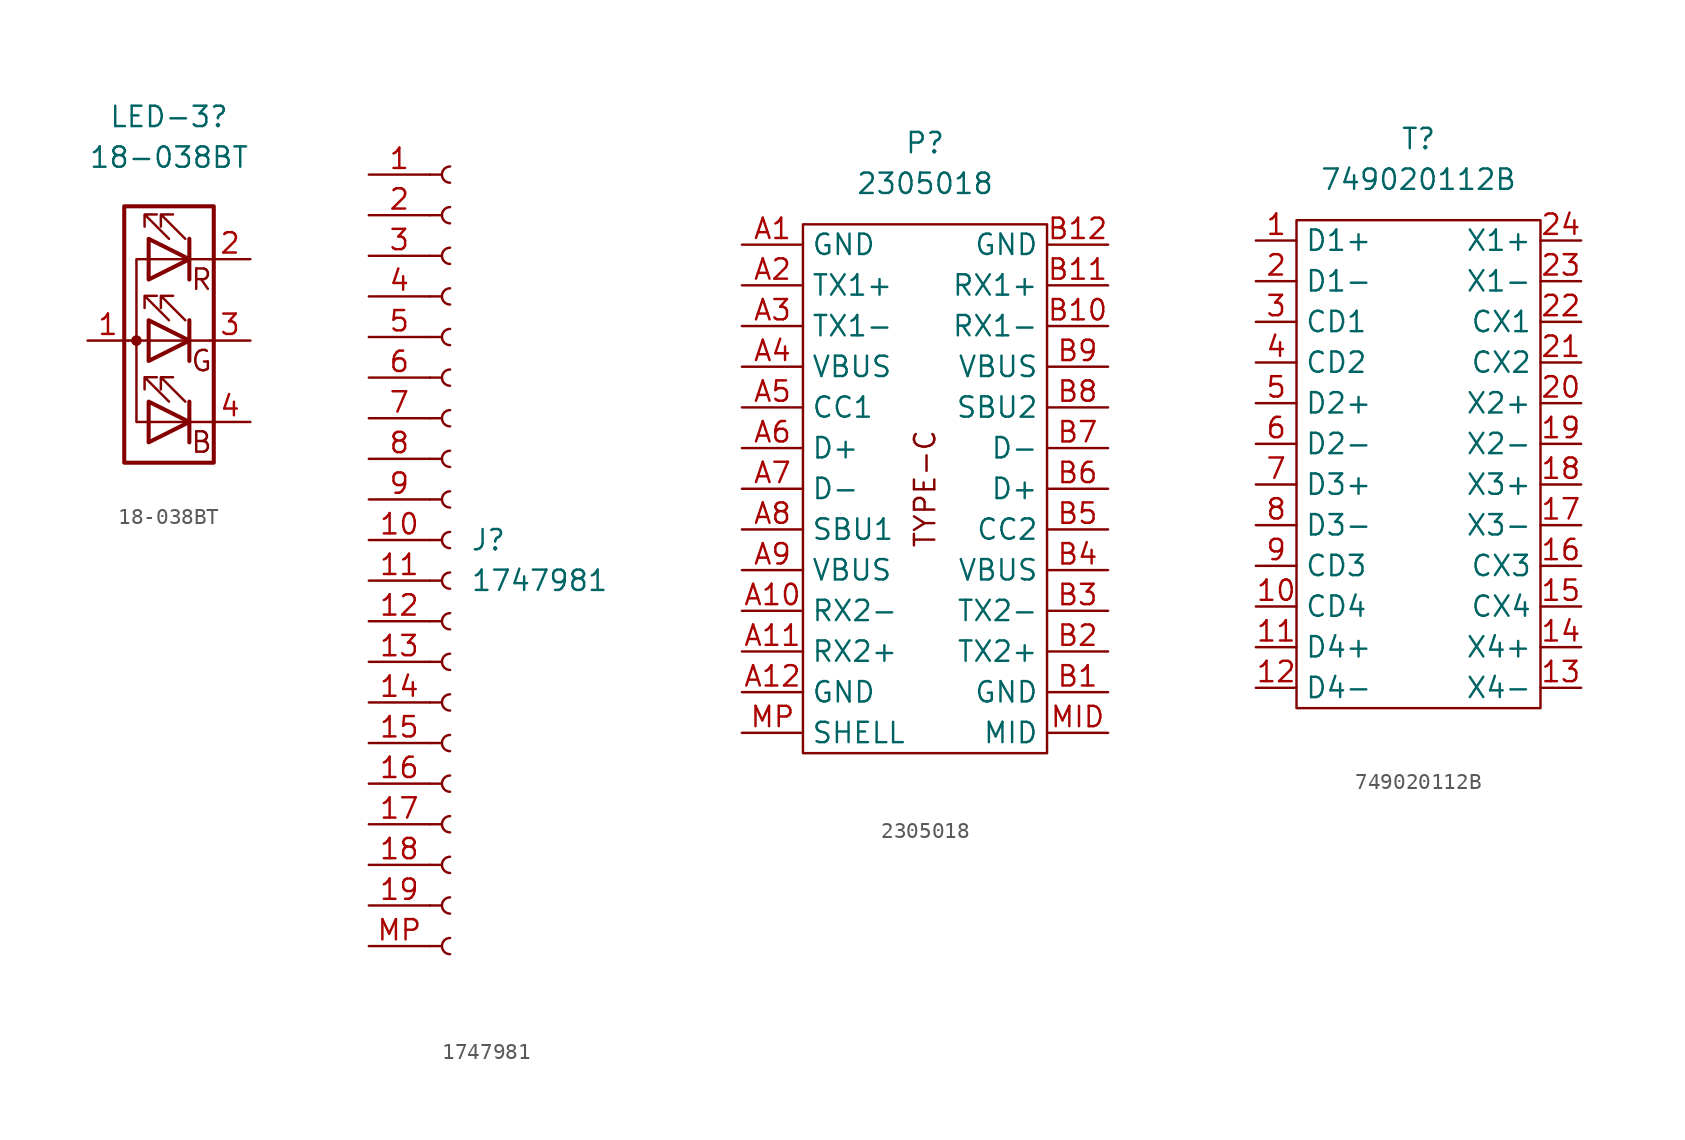
<source format=kicad_sym>
(kicad_symbol_lib
  (version 20241209)
  (generator "kicad_symbol_editor")
  (generator_version "9.0")
  (symbol "18-038BT"
    (pin_names
      (offset 0)
      (hide yes))
    (property "Reference" "LED-3"
      (at 0 6.35 0)
      (effects (font (size 1.27 1.27))))
    (property "Value" "18-038BT"
      (at 0 3.81 0)
      (effects (font (size 1.27 1.27))))
    (symbol "18-038BT_0_0"
      (text "R" (at 2.032 -3.81 0) (effects (font (size 1.27 1.27))))
      (text "G" (at 2.032 -8.89 0) (effects (font (size 1.27 1.27))))
      (text "B" (at 2.032 -13.97 0) (effects (font (size 1.27 1.27)))))
    (symbol "18-038BT_0_1"
      (circle (center -2.032 -7.62) (radius 0.254) (stroke (width 0) (type default)) (fill (type outline)))
      (rectangle (start -1.27 -1.27) (end -1.27 -1.27) (stroke (width 0) (type default)) (fill (type none)))
      (polyline (pts (xy -1.27 -1.27) (xy -1.27 -3.81) (xy 1.27 -2.54) (xy -1.27 -1.27)) (stroke (width 0.254) (type default)) (fill (type none)))
      (rectangle (start -1.27 -3.81) (end -1.27 -1.27) (stroke (width 0) (type default)) (fill (type none)))
      (rectangle (start -1.27 -6.35) (end -1.27 -6.35) (stroke (width 0) (type default)) (fill (type none)))
      (polyline (pts (xy -1.27 -6.35) (xy -1.27 -8.89) (xy 1.27 -7.62) (xy -1.27 -6.35)) (stroke (width 0.254) (type default)) (fill (type none)))
      (polyline (pts (xy -1.27 -7.62) (xy -2.54 -7.62)) (stroke (width 0) (type default)) (fill (type none)))
      (polyline (pts (xy -1.27 -7.62) (xy 1.27 -7.62)) (stroke (width 0) (type default)) (fill (type none)))
      (rectangle (start -1.27 -8.89) (end -1.27 -6.35) (stroke (width 0) (type default)) (fill (type none)))
      (polyline (pts (xy -1.27 -11.43) (xy -1.27 -13.97) (xy 1.27 -12.7) (xy -1.27 -11.43)) (stroke (width 0.254) (type default)) (fill (type none)))
      (polyline (pts (xy -1.27 -12.7) (xy -2.032 -12.7) (xy -2.032 -2.54) (xy -1.27 -2.54)) (stroke (width 0) (type default)) (fill (type none)))
      (polyline (pts (xy 0 -1.27) (xy -1.524 0.254) (xy -0.762 0.254) (xy -1.524 0.254) (xy -1.524 -0.508)) (stroke (width 0) (type default)) (fill (type none)))
      (polyline (pts (xy 0 -6.35) (xy -1.524 -4.826) (xy -0.762 -4.826) (xy -1.524 -4.826) (xy -1.524 -5.588)) (stroke (width 0) (type default)) (fill (type none)))
      (polyline (pts (xy 0 -11.43) (xy -1.524 -9.906) (xy -0.762 -9.906) (xy -1.524 -9.906) (xy -1.524 -10.668)) (stroke (width 0) (type default)) (fill (type none)))
      (polyline (pts (xy 1.016 -1.27) (xy -0.508 0.254) (xy 0.254 0.254) (xy -0.508 0.254) (xy -0.508 -0.508)) (stroke (width 0) (type default)) (fill (type none)))
      (polyline (pts (xy 1.016 -6.35) (xy -0.508 -4.826) (xy 0.254 -4.826) (xy -0.508 -4.826) (xy -0.508 -5.588)) (stroke (width 0) (type default)) (fill (type none)))
      (polyline (pts (xy 1.016 -11.43) (xy -0.508 -9.906) (xy 0.254 -9.906) (xy -0.508 -9.906) (xy -0.508 -10.668)) (stroke (width 0) (type default)) (fill (type none)))
      (polyline (pts (xy 1.27 -1.27) (xy 1.27 -3.81)) (stroke (width 0.254) (type default)) (fill (type none)))
      (polyline (pts (xy 1.27 -1.27) (xy 1.27 -3.81) (xy 1.27 -3.81)) (stroke (width 0) (type default)) (fill (type none)))
      (polyline (pts (xy 1.27 -2.54) (xy -1.27 -2.54)) (stroke (width 0) (type default)) (fill (type none)))
      (polyline (pts (xy 1.27 -2.54) (xy 2.54 -2.54)) (stroke (width 0) (type default)) (fill (type none)))
      (polyline (pts (xy 1.27 -6.35) (xy 1.27 -8.89)) (stroke (width 0.254) (type default)) (fill (type none)))
      (polyline (pts (xy 1.27 -6.35) (xy 1.27 -8.89) (xy 1.27 -8.89)) (stroke (width 0) (type default)) (fill (type none)))
      (polyline (pts (xy 1.27 -7.62) (xy 2.54 -7.62)) (stroke (width 0) (type default)) (fill (type none)))
      (polyline (pts (xy 1.27 -11.43) (xy 1.27 -13.97)) (stroke (width 0.254) (type default)) (fill (type none)))
      (polyline (pts (xy 1.27 -12.7) (xy -1.27 -12.7)) (stroke (width 0) (type default)) (fill (type none)))
      (polyline (pts (xy 1.27 -12.7) (xy 2.54 -12.7)) (stroke (width 0) (type default)) (fill (type none))))
    (symbol "18-038BT_1_1"
      (rectangle (start 2.794 0.762) (end -2.794 -15.24) (stroke (width 0.254) (type default)) (fill (type none)))
      (pin passive line (at -5.08 -7.62 0) (length 2.54) (name "A" (effects (font (size 1.27 1.27)))) (number "1" (effects (font (size 1.27 1.27)))))
      (pin passive line (at 5.08 -2.54 180) (length 2.54) (name "RK" (effects (font (size 1.27 1.27)))) (number "2" (effects (font (size 1.27 1.27)))))
      (pin passive line (at 5.08 -7.62 180) (length 2.54) (name "GK" (effects (font (size 1.27 1.27)))) (number "3" (effects (font (size 1.27 1.27)))))
      (pin passive line (at 5.08 -12.7 180) (length 2.54) (name "BK" (effects (font (size 1.27 1.27)))) (number "4" (effects (font (size 1.27 1.27)))))))
  (symbol "1747981"
    (pin_names
      (offset 1.016)
      (hide yes))
    (property "Reference" "J"
      (at 1.27 0.0001 0)
      (effects (font (size 1.27 1.27)) (justify left)))
    (property "Value" "1747981"
      (at 1.27 -2.54 0)
      (effects (font (size 1.27 1.27)) (justify left)))
    (symbol "1747981_1_1"
      (polyline (pts (xy -1.27 22.86) (xy -0.508 22.86)) (stroke (width 0.152) (type default)) (fill (type none)))
      (polyline (pts (xy -1.27 20.32) (xy -0.508 20.32)) (stroke (width 0.152) (type default)) (fill (type none)))
      (polyline (pts (xy -1.27 17.78) (xy -0.508 17.78)) (stroke (width 0.152) (type default)) (fill (type none)))
      (polyline (pts (xy -1.27 15.24) (xy -0.508 15.24)) (stroke (width 0.152) (type default)) (fill (type none)))
      (polyline (pts (xy -1.27 12.7) (xy -0.508 12.7)) (stroke (width 0.152) (type default)) (fill (type none)))
      (polyline (pts (xy -1.27 10.16) (xy -0.508 10.16)) (stroke (width 0.152) (type default)) (fill (type none)))
      (polyline (pts (xy -1.27 7.62) (xy -0.508 7.62)) (stroke (width 0.152) (type default)) (fill (type none)))
      (polyline (pts (xy -1.27 5.08) (xy -0.508 5.08)) (stroke (width 0.152) (type default)) (fill (type none)))
      (polyline (pts (xy -1.27 2.54) (xy -0.508 2.54)) (stroke (width 0.152) (type default)) (fill (type none)))
      (polyline (pts (xy -1.27 0) (xy -0.508 0)) (stroke (width 0.152) (type default)) (fill (type none)))
      (polyline (pts (xy -1.27 -2.54) (xy -0.508 -2.54)) (stroke (width 0.152) (type default)) (fill (type none)))
      (polyline (pts (xy -1.27 -5.08) (xy -0.508 -5.08)) (stroke (width 0.152) (type default)) (fill (type none)))
      (polyline (pts (xy -1.27 -7.62) (xy -0.508 -7.62)) (stroke (width 0.152) (type default)) (fill (type none)))
      (polyline (pts (xy -1.27 -10.16) (xy -0.508 -10.16)) (stroke (width 0.152) (type default)) (fill (type none)))
      (polyline (pts (xy -1.27 -12.7) (xy -0.508 -12.7)) (stroke (width 0.152) (type default)) (fill (type none)))
      (polyline (pts (xy -1.27 -15.24) (xy -0.508 -15.24)) (stroke (width 0.152) (type default)) (fill (type none)))
      (polyline (pts (xy -1.27 -17.78) (xy -0.508 -17.78)) (stroke (width 0.152) (type default)) (fill (type none)))
      (polyline (pts (xy -1.27 -20.32) (xy -0.508 -20.32)) (stroke (width 0.152) (type default)) (fill (type none)))
      (polyline (pts (xy -1.27 -22.86) (xy -0.508 -22.86)) (stroke (width 0.152) (type default)) (fill (type none)))
      (polyline (pts (xy -1.27 -25.4) (xy -0.508 -25.4)) (stroke (width 0.152) (type default)) (fill (type none)))
      (arc (start 0 22.352) (mid -0.5058 22.86) (end 0 23.368) (stroke (width 0.1524) (type default)) (fill (type none)))
      (arc (start 0 19.812) (mid -0.5058 20.32) (end 0 20.828) (stroke (width 0.1524) (type default)) (fill (type none)))
      (arc (start 0 17.272) (mid -0.5058 17.78) (end 0 18.288) (stroke (width 0.1524) (type default)) (fill (type none)))
      (arc (start 0 14.732) (mid -0.5058 15.24) (end 0 15.748) (stroke (width 0.1524) (type default)) (fill (type none)))
      (arc (start 0 12.192) (mid -0.5058 12.7) (end 0 13.208) (stroke (width 0.1524) (type default)) (fill (type none)))
      (arc (start 0 9.652) (mid -0.5058 10.16) (end 0 10.668) (stroke (width 0.1524) (type default)) (fill (type none)))
      (arc (start 0 7.112) (mid -0.5058 7.62) (end 0 8.128) (stroke (width 0.1524) (type default)) (fill (type none)))
      (arc (start 0 4.572) (mid -0.5058 5.08) (end 0 5.588) (stroke (width 0.1524) (type default)) (fill (type none)))
      (arc (start 0 2.032) (mid -0.5058 2.54) (end 0 3.048) (stroke (width 0.1524) (type default)) (fill (type none)))
      (arc (start 0 -0.508) (mid -0.5058 0) (end 0 0.508) (stroke (width 0.1524) (type default)) (fill (type none)))
      (arc (start 0 -3.048) (mid -0.5058 -2.54) (end 0 -2.032) (stroke (width 0.1524) (type default)) (fill (type none)))
      (arc (start 0 -5.588) (mid -0.5058 -5.08) (end 0 -4.572) (stroke (width 0.1524) (type default)) (fill (type none)))
      (arc (start 0 -8.128) (mid -0.5058 -7.62) (end 0 -7.112) (stroke (width 0.1524) (type default)) (fill (type none)))
      (arc (start 0 -10.668) (mid -0.5058 -10.16) (end 0 -9.652) (stroke (width 0.1524) (type default)) (fill (type none)))
      (arc (start 0 -13.208) (mid -0.5058 -12.7) (end 0 -12.192) (stroke (width 0.1524) (type default)) (fill (type none)))
      (arc (start 0 -15.748) (mid -0.5058 -15.24) (end 0 -14.732) (stroke (width 0.1524) (type default)) (fill (type none)))
      (arc (start 0 -18.288) (mid -0.5058 -17.78) (end 0 -17.272) (stroke (width 0.1524) (type default)) (fill (type none)))
      (arc (start 0 -20.828) (mid -0.5058 -20.32) (end 0 -19.812) (stroke (width 0.1524) (type default)) (fill (type none)))
      (arc (start 0 -23.368) (mid -0.5058 -22.86) (end 0 -22.352) (stroke (width 0.1524) (type default)) (fill (type none)))
      (arc (start 0 -25.908) (mid -0.5058 -25.4) (end 0 -24.892) (stroke (width 0.1524) (type default)) (fill (type none)))
      (pin passive line (at -5.08 22.86 0) (length 3.81) (name "Pin_1" (effects (font (size 1.27 1.27)))) (number "1" (effects (font (size 1.27 1.27)))))
      (pin passive line (at -5.08 20.32 0) (length 3.81) (name "Pin_2" (effects (font (size 1.27 1.27)))) (number "2" (effects (font (size 1.27 1.27)))))
      (pin passive line (at -5.08 17.78 0) (length 3.81) (name "Pin_3" (effects (font (size 1.27 1.27)))) (number "3" (effects (font (size 1.27 1.27)))))
      (pin passive line (at -5.08 15.24 0) (length 3.81) (name "Pin_4" (effects (font (size 1.27 1.27)))) (number "4" (effects (font (size 1.27 1.27)))))
      (pin passive line (at -5.08 12.7 0) (length 3.81) (name "Pin_5" (effects (font (size 1.27 1.27)))) (number "5" (effects (font (size 1.27 1.27)))))
      (pin passive line (at -5.08 10.16 0) (length 3.81) (name "Pin_6" (effects (font (size 1.27 1.27)))) (number "6" (effects (font (size 1.27 1.27)))))
      (pin passive line (at -5.08 7.62 0) (length 3.81) (name "Pin_7" (effects (font (size 1.27 1.27)))) (number "7" (effects (font (size 1.27 1.27)))))
      (pin passive line (at -5.08 5.08 0) (length 3.81) (name "Pin_8" (effects (font (size 1.27 1.27)))) (number "8" (effects (font (size 1.27 1.27)))))
      (pin passive line (at -5.08 2.54 0) (length 3.81) (name "Pin_9" (effects (font (size 1.27 1.27)))) (number "9" (effects (font (size 1.27 1.27)))))
      (pin passive line (at -5.08 0 0) (length 3.81) (name "Pin_10" (effects (font (size 1.27 1.27)))) (number "10" (effects (font (size 1.27 1.27)))))
      (pin passive line (at -5.08 -2.54 0) (length 3.81) (name "Pin_11" (effects (font (size 1.27 1.27)))) (number "11" (effects (font (size 1.27 1.27)))))
      (pin passive line (at -5.08 -5.08 0) (length 3.81) (name "Pin_12" (effects (font (size 1.27 1.27)))) (number "12" (effects (font (size 1.27 1.27)))))
      (pin passive line (at -5.08 -7.62 0) (length 3.81) (name "Pin_13" (effects (font (size 1.27 1.27)))) (number "13" (effects (font (size 1.27 1.27)))))
      (pin passive line (at -5.08 -10.16 0) (length 3.81) (name "Pin_14" (effects (font (size 1.27 1.27)))) (number "14" (effects (font (size 1.27 1.27)))))
      (pin passive line (at -5.08 -12.7 0) (length 3.81) (name "Pin_15" (effects (font (size 1.27 1.27)))) (number "15" (effects (font (size 1.27 1.27)))))
      (pin passive line (at -5.08 -15.24 0) (length 3.81) (name "Pin_16" (effects (font (size 1.27 1.27)))) (number "16" (effects (font (size 1.27 1.27)))))
      (pin passive line (at -5.08 -17.78 0) (length 3.81) (name "Pin_17" (effects (font (size 1.27 1.27)))) (number "17" (effects (font (size 1.27 1.27)))))
      (pin passive line (at -5.08 -20.32 0) (length 3.81) (name "Pin_18" (effects (font (size 1.27 1.27)))) (number "18" (effects (font (size 1.27 1.27)))))
      (pin passive line (at -5.08 -22.86 0) (length 3.81) (name "Pin_19" (effects (font (size 1.27 1.27)))) (number "19" (effects (font (size 1.27 1.27)))))
      (pin passive line (at -5.08 -25.4 0) (length 3.81) (name "Pin_20" (effects (font (size 1.27 1.27)))) (number "MP" (effects (font (size 1.27 1.27)))))))
  (symbol "2305018"
    (property "Reference" "P"
      (at 0 5.08 0)
      (effects (font (size 1.27 1.27))))
    (property "Value" "2305018"
      (at 0 2.54 0)
      (effects (font (size 1.27 1.27))))
    (symbol "2305018_0_0"
      (pin passive line (at -11.43 -1.27 0) (length 3.81) (name "GND" (effects (font (size 1.27 1.27)))) (number "A1" (effects (font (size 1.27 1.27)))))
      (pin passive line (at -11.43 -3.81 0) (length 3.81) (name "TX1+" (effects (font (size 1.27 1.27)))) (number "A2" (effects (font (size 1.27 1.27)))))
      (pin passive line (at -11.43 -6.35 0) (length 3.81) (name "TX1-" (effects (font (size 1.27 1.27)))) (number "A3" (effects (font (size 1.27 1.27)))))
      (pin passive line (at -11.43 -8.89 0) (length 3.81) (name "VBUS" (effects (font (size 1.27 1.27)))) (number "A4" (effects (font (size 1.27 1.27)))))
      (pin passive line (at -11.43 -11.43 0) (length 3.81) (name "CC1" (effects (font (size 1.27 1.27)))) (number "A5" (effects (font (size 1.27 1.27)))))
      (pin passive line (at -11.43 -13.97 0) (length 3.81) (name "D+" (effects (font (size 1.27 1.27)))) (number "A6" (effects (font (size 1.27 1.27)))))
      (pin passive line (at -11.43 -16.51 0) (length 3.81) (name "D-" (effects (font (size 1.27 1.27)))) (number "A7" (effects (font (size 1.27 1.27)))))
      (pin passive line (at -11.43 -19.05 0) (length 3.81) (name "SBU1" (effects (font (size 1.27 1.27)))) (number "A8" (effects (font (size 1.27 1.27)))))
      (pin passive line (at -11.43 -21.59 0) (length 3.81) (name "VBUS" (effects (font (size 1.27 1.27)))) (number "A9" (effects (font (size 1.27 1.27)))))
      (pin passive line (at -11.43 -24.13 0) (length 3.81) (name "RX2-" (effects (font (size 1.27 1.27)))) (number "A10" (effects (font (size 1.27 1.27)))))
      (pin passive line (at -11.43 -26.67 0) (length 3.81) (name "RX2+" (effects (font (size 1.27 1.27)))) (number "A11" (effects (font (size 1.27 1.27)))))
      (pin passive line (at -11.43 -29.21 0) (length 3.81) (name "GND" (effects (font (size 1.27 1.27)))) (number "A12" (effects (font (size 1.27 1.27)))))
      (pin passive line (at 11.43 -1.27 180) (length 3.81) (name "GND" (effects (font (size 1.27 1.27)))) (number "B12" (effects (font (size 1.27 1.27)))))
      (pin passive line (at 11.43 -3.81 180) (length 3.81) (name "RX1+" (effects (font (size 1.27 1.27)))) (number "B11" (effects (font (size 1.27 1.27)))))
      (pin passive line (at 11.43 -6.35 180) (length 3.81) (name "RX1-" (effects (font (size 1.27 1.27)))) (number "B10" (effects (font (size 1.27 1.27)))))
      (pin passive line (at 11.43 -8.89 180) (length 3.81) (name "VBUS" (effects (font (size 1.27 1.27)))) (number "B9" (effects (font (size 1.27 1.27)))))
      (pin passive line (at 11.43 -11.43 180) (length 3.81) (name "SBU2" (effects (font (size 1.27 1.27)))) (number "B8" (effects (font (size 1.27 1.27)))))
      (pin passive line (at 11.43 -13.97 180) (length 3.81) (name "D-" (effects (font (size 1.27 1.27)))) (number "B7" (effects (font (size 1.27 1.27)))))
      (pin passive line (at 11.43 -16.51 180) (length 3.81) (name "D+" (effects (font (size 1.27 1.27)))) (number "B6" (effects (font (size 1.27 1.27)))))
      (pin passive line (at 11.43 -19.05 180) (length 3.81) (name "CC2" (effects (font (size 1.27 1.27)))) (number "B5" (effects (font (size 1.27 1.27)))))
      (pin passive line (at 11.43 -21.59 180) (length 3.81) (name "VBUS" (effects (font (size 1.27 1.27)))) (number "B4" (effects (font (size 1.27 1.27)))))
      (pin passive line (at 11.43 -24.13 180) (length 3.81) (name "TX2-" (effects (font (size 1.27 1.27)))) (number "B3" (effects (font (size 1.27 1.27)))))
      (pin passive line (at 11.43 -26.67 180) (length 3.81) (name "TX2+" (effects (font (size 1.27 1.27)))) (number "B2" (effects (font (size 1.27 1.27)))))
      (pin passive line (at 11.43 -29.21 180) (length 3.81) (name "GND" (effects (font (size 1.27 1.27)))) (number "B1" (effects (font (size 1.27 1.27))))))
    (symbol "2305018_0_1"
      (rectangle (start -7.62 0) (end 7.62 -33.02) (stroke (width 0) (type default)) (fill (type none))))
    (symbol "2305018_1_0"
      (pin passive line (at -11.43 -31.75 0) (length 3.81) (name "SHELL" (effects (font (size 1.27 1.27)))) (number "MP" (effects (font (size 1.27 1.27)))))
      (pin passive line (at 11.43 -31.75 180) (length 3.81) (name "MID" (effects (font (size 1.27 1.27)))) (number "MID" (effects (font (size 1.27 1.27))))))
    (symbol "2305018_1_1"
      (text "TYPE-C" (at 0 -16.51 900) (effects (font (size 1.27 1.27))))))
  (symbol "749020112B"
    (property "Reference" "T"
      (at 0 5.08 0)
      (effects (font (size 1.27 1.27))))
    (property "Value" "749020112B"
      (at 0 2.54 0)
      (effects (font (size 1.27 1.27))))
    (symbol "749020112B_0_0"
      (pin passive line (at -10.16 -1.27 0) (length 2.54) (name "D1+" (effects (font (size 1.27 1.27)))) (number "1" (effects (font (size 1.27 1.27)))))
      (pin passive line (at -10.16 -3.81 0) (length 2.54) (name "D1-" (effects (font (size 1.27 1.27)))) (number "2" (effects (font (size 1.27 1.27)))))
      (pin passive line (at -10.16 -6.35 0) (length 2.54) (name "CD1" (effects (font (size 1.27 1.27)))) (number "3" (effects (font (size 1.27 1.27)))))
      (pin passive line (at -10.16 -8.89 0) (length 2.54) (name "CD2" (effects (font (size 1.27 1.27)))) (number "4" (effects (font (size 1.27 1.27)))))
      (pin passive line (at -10.16 -11.43 0) (length 2.54) (name "D2+" (effects (font (size 1.27 1.27)))) (number "5" (effects (font (size 1.27 1.27)))))
      (pin passive line (at -10.16 -13.97 0) (length 2.54) (name "D2-" (effects (font (size 1.27 1.27)))) (number "6" (effects (font (size 1.27 1.27)))))
      (pin passive line (at -10.16 -16.51 0) (length 2.54) (name "D3+" (effects (font (size 1.27 1.27)))) (number "7" (effects (font (size 1.27 1.27)))))
      (pin passive line (at -10.16 -19.05 0) (length 2.54) (name "D3-" (effects (font (size 1.27 1.27)))) (number "8" (effects (font (size 1.27 1.27)))))
      (pin passive line (at -10.16 -21.59 0) (length 2.54) (name "CD3" (effects (font (size 1.27 1.27)))) (number "9" (effects (font (size 1.27 1.27)))))
      (pin passive line (at -10.16 -24.13 0) (length 2.54) (name "CD4" (effects (font (size 1.27 1.27)))) (number "10" (effects (font (size 1.27 1.27)))))
      (pin passive line (at -10.16 -26.67 0) (length 2.54) (name "D4+" (effects (font (size 1.27 1.27)))) (number "11" (effects (font (size 1.27 1.27)))))
      (pin passive line (at -10.16 -29.21 0) (length 2.54) (name "D4-" (effects (font (size 1.27 1.27)))) (number "12" (effects (font (size 1.27 1.27)))))
      (pin passive line (at 10.16 -1.27 180) (length 2.54) (name "X1+" (effects (font (size 1.27 1.27)))) (number "24" (effects (font (size 1.27 1.27)))))
      (pin passive line (at 10.16 -3.81 180) (length 2.54) (name "X1-" (effects (font (size 1.27 1.27)))) (number "23" (effects (font (size 1.27 1.27)))))
      (pin passive line (at 10.16 -6.35 180) (length 2.54) (name "CX1" (effects (font (size 1.27 1.27)))) (number "22" (effects (font (size 1.27 1.27)))))
      (pin passive line (at 10.16 -8.89 180) (length 2.54) (name "CX2" (effects (font (size 1.27 1.27)))) (number "21" (effects (font (size 1.27 1.27)))))
      (pin passive line (at 10.16 -11.43 180) (length 2.54) (name "X2+" (effects (font (size 1.27 1.27)))) (number "20" (effects (font (size 1.27 1.27)))))
      (pin passive line (at 10.16 -13.97 180) (length 2.54) (name "X2-" (effects (font (size 1.27 1.27)))) (number "19" (effects (font (size 1.27 1.27)))))
      (pin passive line (at 10.16 -16.51 180) (length 2.54) (name "X3+" (effects (font (size 1.27 1.27)))) (number "18" (effects (font (size 1.27 1.27)))))
      (pin passive line (at 10.16 -19.05 180) (length 2.54) (name "X3-" (effects (font (size 1.27 1.27)))) (number "17" (effects (font (size 1.27 1.27)))))
      (pin passive line (at 10.16 -21.59 180) (length 2.54) (name "CX3" (effects (font (size 1.27 1.27)))) (number "16" (effects (font (size 1.27 1.27)))))
      (pin passive line (at 10.16 -24.13 180) (length 2.54) (name "CX4" (effects (font (size 1.27 1.27)))) (number "15" (effects (font (size 1.27 1.27)))))
      (pin passive line (at 10.16 -26.67 180) (length 2.54) (name "X4+" (effects (font (size 1.27 1.27)))) (number "14" (effects (font (size 1.27 1.27)))))
      (pin passive line (at 10.16 -29.21 180) (length 2.54) (name "X4-" (effects (font (size 1.27 1.27)))) (number "13" (effects (font (size 1.27 1.27))))))
    (symbol "749020112B_0_1"
      (rectangle (start -7.62 0) (end 7.62 -30.48) (stroke (width 0) (type default)) (fill (type none))))))
</source>
